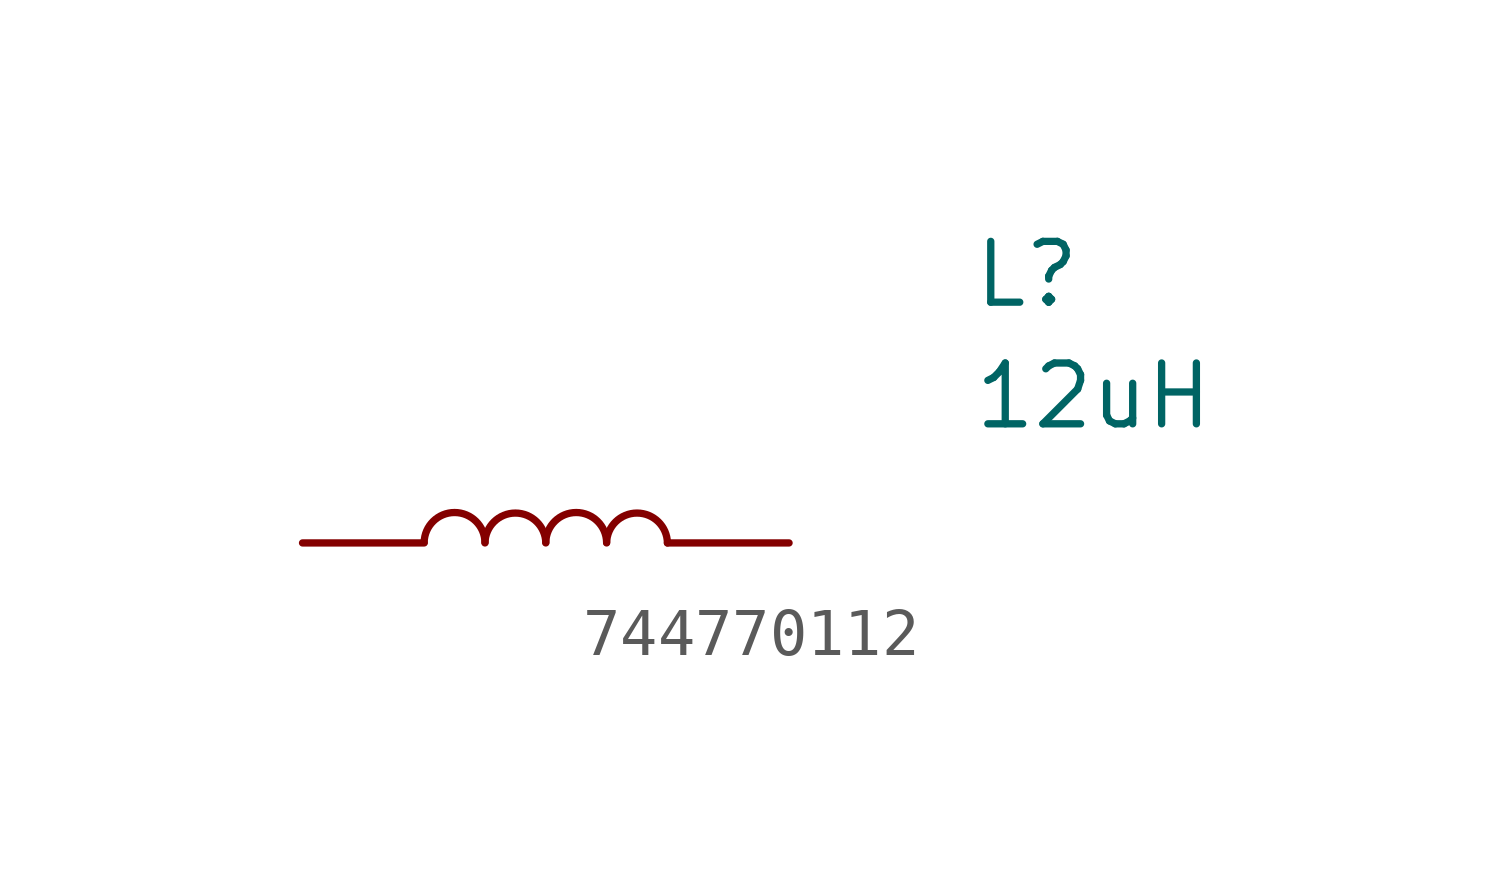
<source format=kicad_sym>
(kicad_symbol_lib
  (version 20220914)
  (generator kicad_symbol_editor)
  (symbol "744770112"
    (pin_numbers hide)
    (pin_names hide)
    (property "Reference" "L"
      (at 16.51 6.35 0)
      (effects (font (size 1.27 1.27)) (justify left top)))
    (property "Value" "12uH"
      (at 16.51 3.81 0)
      (effects (font (size 1.27 1.27)) (justify left top)))
    (symbol "744770112_1_1"
      (arc (start 6.35 0.0113) (mid 5.715 0.6351) (end 5.08 0.0113) (stroke (width 0) (type default)) (fill (type none)))
      (arc (start 7.62 0) (mid 6.985 0.6238) (end 6.35 0) (stroke (width 0) (type default)) (fill (type none)))
      (arc (start 8.89 0.0113) (mid 8.255 0.6351) (end 7.62 0.0113) (stroke (width 0) (type default)) (fill (type none)))
      (arc (start 10.16 0) (mid 9.525 0.6238) (end 8.89 0) (stroke (width 0) (type default)) (fill (type none)))
      (pin passive line (at 2.54 0 0) (length 2.54) (name "1" (effects (font (size 1.27 1.27)))) (number "1" (effects (font (size 1.27 1.27)))))
      (pin passive line (at 12.7 0 180) (length 2.54) (name "2" (effects (font (size 1.27 1.27)))) (number "2" (effects (font (size 1.27 1.27))))))))
</source>
